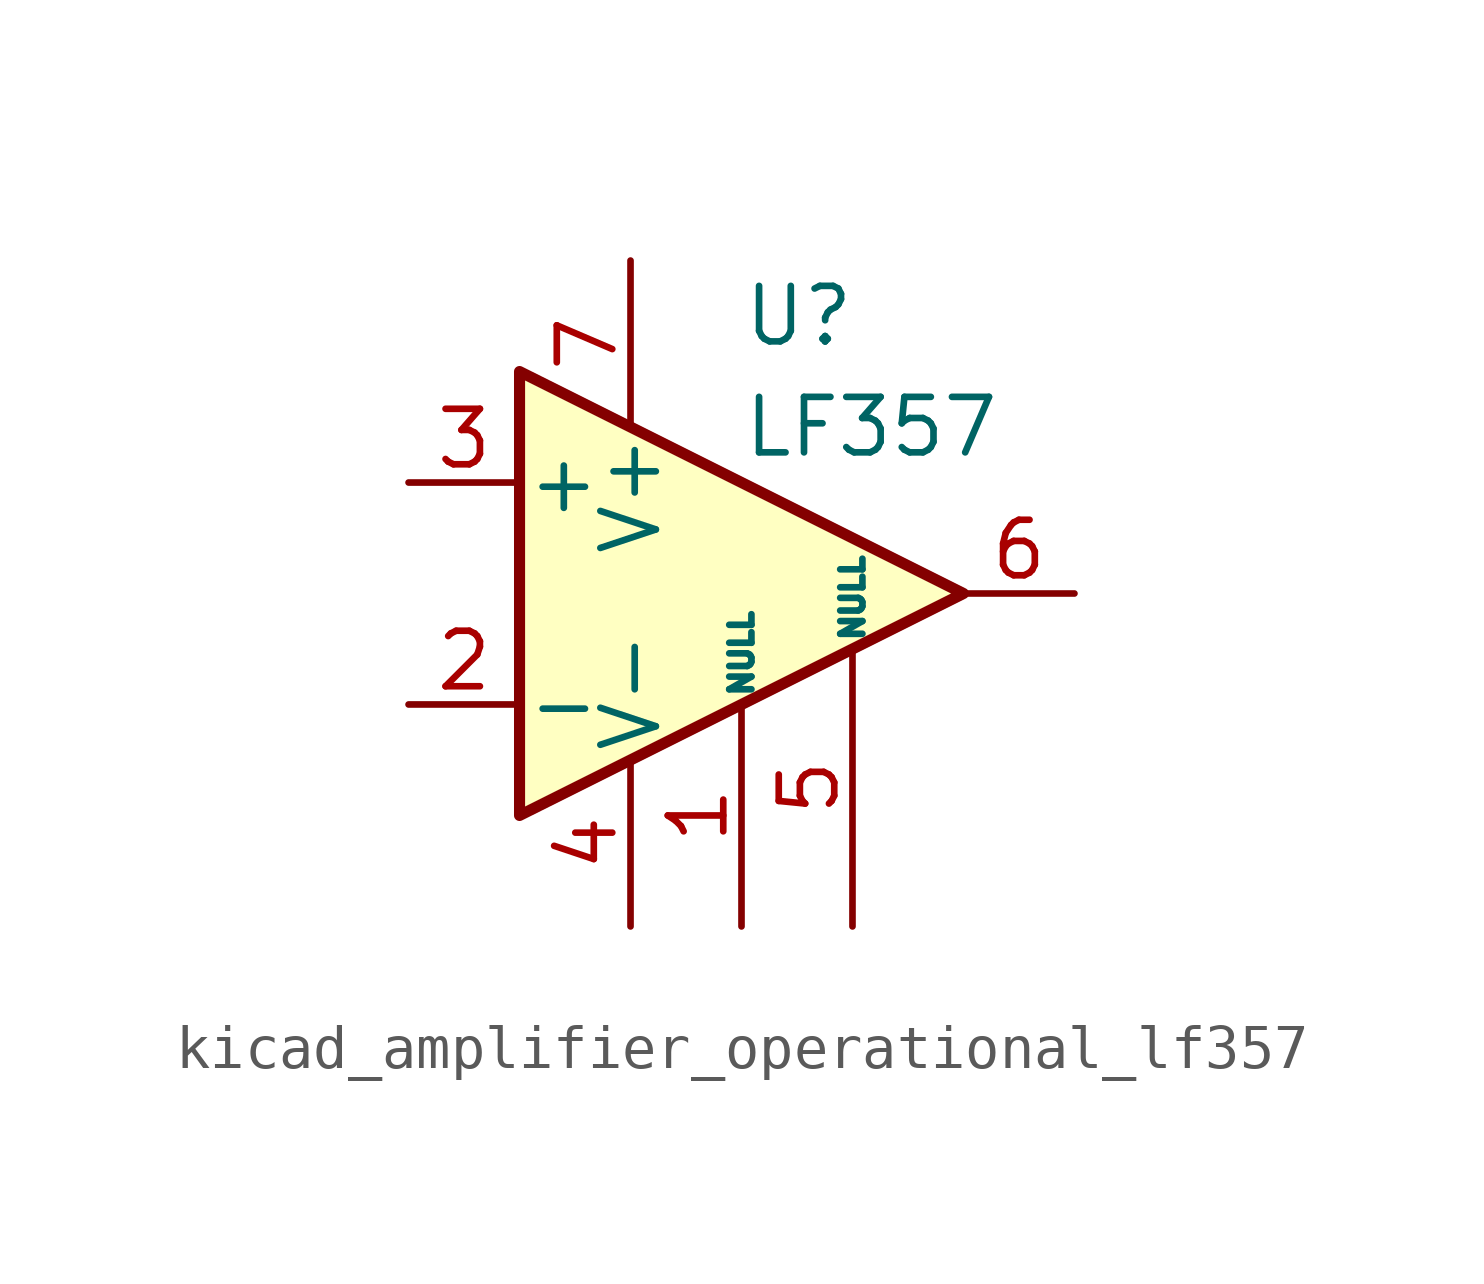
<source format=kicad_sym>
(kicad_symbol_lib
  (version 20220914)
  (generator kicad_symbol_editor)
  (symbol "kicad_amplifier_operational_lf357"
    (pin_names
      (offset 0.127))
    (property "Reference" "U"
      (at 0 6.35 0)
      (effects (font (size 1.27 1.27)) (justify left)))
    (property "Value" "LF357"
      (at 0 3.81 0)
      (effects (font (size 1.27 1.27)) (justify left)))
    (symbol "kicad_amplifier_operational_lf357_0_1"
      (polyline (pts (xy -5.08 5.08) (xy 5.08 0) (xy -5.08 -5.08) (xy -5.08 5.08)) (stroke (width 0.254) (type default)) (fill (type background))))
    (symbol "kicad_amplifier_operational_lf357_1_1"
      (pin input line (at 0 -7.62 90) (length 5.08) (name "NULL" (effects (font (size 0.508 0.508)))) (number "1" (effects (font (size 1.27 1.27)))))
      (pin input line (at -7.62 -2.54 0) (length 2.54) (name "-" (effects (font (size 1.27 1.27)))) (number "2" (effects (font (size 1.27 1.27)))))
      (pin input line (at -7.62 2.54 0) (length 2.54) (name "+" (effects (font (size 1.27 1.27)))) (number "3" (effects (font (size 1.27 1.27)))))
      (pin power_in line (at -2.54 -7.62 90) (length 3.81) (name "V-" (effects (font (size 1.27 1.27)))) (number "4" (effects (font (size 1.27 1.27)))))
      (pin input line (at 2.54 -7.62 90) (length 6.35) (name "NULL" (effects (font (size 0.508 0.508)))) (number "5" (effects (font (size 1.27 1.27)))))
      (pin output line (at 7.62 0 180) (length 2.54) (name "~" (effects (font (size 1.27 1.27)))) (number "6" (effects (font (size 1.27 1.27)))))
      (pin power_in line (at -2.54 7.62 270) (length 3.81) (name "V+" (effects (font (size 1.27 1.27)))) (number "7" (effects (font (size 1.27 1.27)))))
      (pin no_connect line (at 0 2.54 270) (length 2.54) hide (name "NC" (effects (font (size 1.27 1.27)))) (number "8" (effects (font (size 1.27 1.27))))))))
</source>
